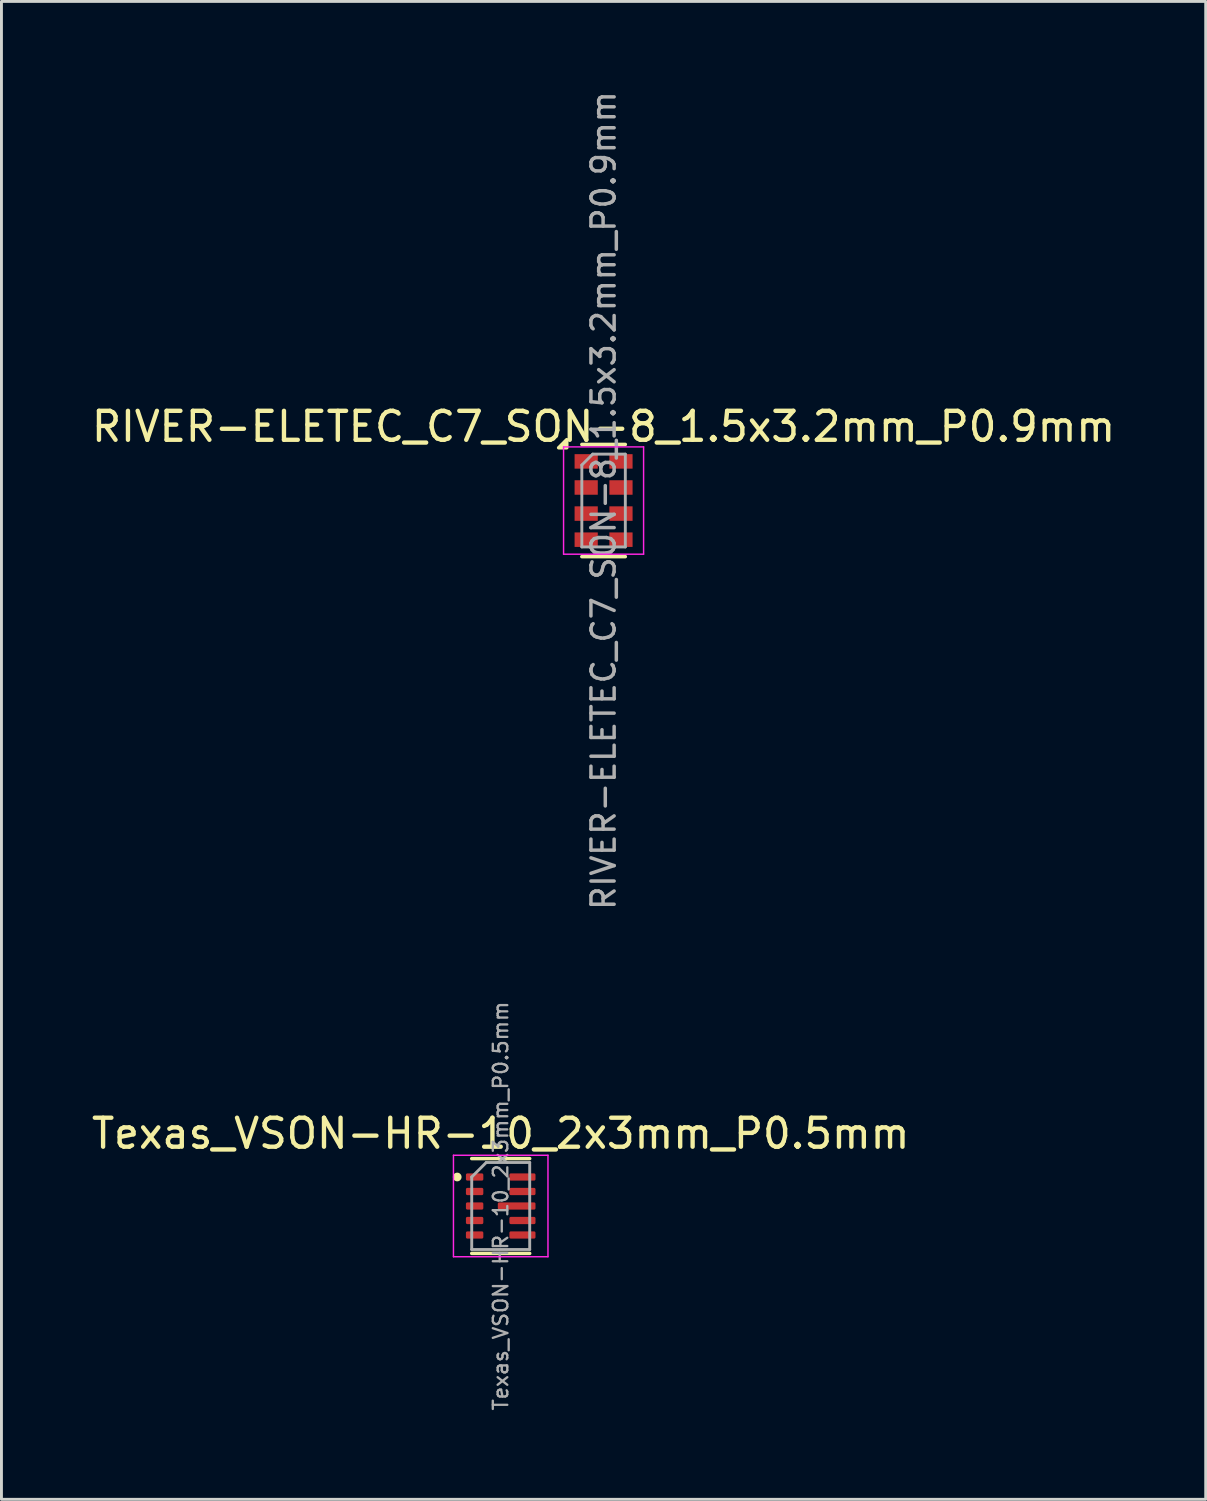
<source format=kicad_pcb>
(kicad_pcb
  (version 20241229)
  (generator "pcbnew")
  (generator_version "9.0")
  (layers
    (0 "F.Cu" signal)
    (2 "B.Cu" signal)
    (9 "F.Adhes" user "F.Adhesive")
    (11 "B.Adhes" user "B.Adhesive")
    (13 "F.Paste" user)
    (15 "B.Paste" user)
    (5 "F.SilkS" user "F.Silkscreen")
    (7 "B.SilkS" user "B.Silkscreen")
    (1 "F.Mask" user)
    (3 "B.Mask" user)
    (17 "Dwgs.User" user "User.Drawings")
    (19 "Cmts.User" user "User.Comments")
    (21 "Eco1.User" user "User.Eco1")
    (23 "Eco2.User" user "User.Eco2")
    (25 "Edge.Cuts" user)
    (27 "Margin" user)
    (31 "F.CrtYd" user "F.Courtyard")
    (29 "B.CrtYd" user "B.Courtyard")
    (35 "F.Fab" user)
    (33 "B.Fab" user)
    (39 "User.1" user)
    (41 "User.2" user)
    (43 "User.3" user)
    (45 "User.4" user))
  (footprint "Texas_VSON-HR-10_2x3mm_P0.5mm"
    (layer "F.Cu")
    (at 14.22 38.546)
    (property "Reference" "Texas_VSON-HR-10_2x3mm_P0.5mm" (at 0 -2.5 0) (layer "F.SilkS") (effects (font (size 1 1) (thickness 0.15))))
    (attr smd)
    (fp_line (start -1 -1.635) (end 1 -1.635) (stroke (width 0.12) (type solid)) (layer "F.SilkS"))
    (fp_line (start -1 1.635) (end 1 1.635) (stroke (width 0.12) (type solid)) (layer "F.SilkS"))
    (fp_circle (center -1.5 -1) (end -1.35 -1) (stroke (width 0) (type solid)) (fill yes) (layer "F.SilkS"))
    (fp_line (start -1.63 -1.75) (end -1.63 1.75) (stroke (width 0.05) (type solid)) (layer "F.CrtYd"))
    (fp_line (start -1.63 1.75) (end 1.63 1.75) (stroke (width 0.05) (type solid)) (layer "F.CrtYd"))
    (fp_line (start 1.63 -1.75) (end -1.63 -1.75) (stroke (width 0.05) (type solid)) (layer "F.CrtYd"))
    (fp_line (start 1.63 1.75) (end 1.63 -1.75) (stroke (width 0.05) (type solid)) (layer "F.CrtYd"))
    (fp_line (start -1 -1) (end -0.5 -1.5) (stroke (width 0.1) (type solid)) (layer "F.Fab"))
    (fp_line (start -1 1.5) (end -1 -1) (stroke (width 0.1) (type solid)) (layer "F.Fab"))
    (fp_line (start -0.5 -1.5) (end 1 -1.5) (stroke (width 0.1) (type solid)) (layer "F.Fab"))
    (fp_line (start 1 -1.5) (end 1 1.5) (stroke (width 0.1) (type solid)) (layer "F.Fab"))
    (fp_line (start 1 1.5) (end -1 1.5) (stroke (width 0.1) (type solid)) (layer "F.Fab"))
    (fp_text user "${REFERENCE}" (at 0 0 90) (layer "F.Fab") (effects (font (size 0.5 0.5) (thickness 0.08))))
    (pad "1" smd roundrect (at -0.9 -1) (size 0.6 0.25) (layers "F.Cu" "F.Mask" "F.Paste") (roundrect_rratio 0.2))
    (pad "2" smd roundrect (at -0.9 -0.5) (size 0.6 0.25) (layers "F.Cu" "F.Mask" "F.Paste") (roundrect_rratio 0.2))
    (pad "3" smd roundrect (at -0.9 0) (size 0.6 0.25) (layers "F.Cu" "F.Mask" "F.Paste") (roundrect_rratio 0.2))
    (pad "4" smd roundrect (at -0.9 0.5) (size 0.6 0.25) (layers "F.Cu" "F.Mask" "F.Paste") (roundrect_rratio 0.2))
    (pad "5" smd roundrect (at -0.9 1) (size 0.6 0.25) (layers "F.Cu" "F.Mask" "F.Paste") (roundrect_rratio 0.2))
    (pad "6" smd roundrect (at 0.75 1) (size 0.9 0.25) (layers "F.Cu" "F.Mask" "F.Paste") (roundrect_rratio 0.2))
    (pad "7" smd roundrect (at 0.75 0.5) (size 0.9 0.25) (layers "F.Cu" "F.Mask" "F.Paste") (roundrect_rratio 0.2))
    (pad "8" smd roundrect (at 0.55 0) (size 1.3 0.25) (layers "F.Cu" "F.Mask" "F.Paste") (roundrect_rratio 0.2))
    (pad "9" smd roundrect (at 0.75 -0.5) (size 0.9 0.25) (layers "F.Cu" "F.Mask" "F.Paste") (roundrect_rratio 0.2))
    (pad "10" smd roundrect (at 0.75 -1) (size 0.9 0.25) (layers "F.Cu" "F.Mask" "F.Paste") (roundrect_rratio 0.2)))
  (footprint "RIVER-ELETEC_C7_SON-8_1.5x3.2mm_P0.9mm"
    (layer "F.Cu")
    (at 17.768 14.214)
    (property "Reference" "RIVER-ELETEC_C7_SON-8_1.5x3.2mm_P0.9mm" (at 0 -2.55 0) (layer "F.SilkS") (effects (font (size 1 1) (thickness 0.15))))
    (attr smd)
    (fp_line (start -0.75 -1.935) (end 0.75 -1.935) (stroke (width 0.12) (type solid)) (layer "F.SilkS"))
    (fp_line (start -0.75 1.935) (end 0.75 1.935) (stroke (width 0.12) (type solid)) (layer "F.SilkS"))
    (fp_poly (pts (xy -1.27 -1.82) (xy -1.55 -1.82) (xy -1.27 -2.1) (xy -1.27 -1.82)) (stroke (width 0.12) (type solid)) (fill yes) (layer "F.SilkS"))
    (fp_line (start -1.38 -1.85) (end -1.38 1.85) (stroke (width 0.05) (type solid)) (layer "F.CrtYd"))
    (fp_line (start -1.38 1.85) (end 1.38 1.85) (stroke (width 0.05) (type solid)) (layer "F.CrtYd"))
    (fp_line (start 1.38 -1.85) (end -1.38 -1.85) (stroke (width 0.05) (type solid)) (layer "F.CrtYd"))
    (fp_line (start 1.38 1.85) (end 1.38 -1.85) (stroke (width 0.05) (type solid)) (layer "F.CrtYd"))
    (fp_line (start -0.75 -1.225) (end -0.375 -1.6) (stroke (width 0.1) (type solid)) (layer "F.Fab"))
    (fp_line (start -0.75 1.6) (end -0.75 -1.225) (stroke (width 0.1) (type solid)) (layer "F.Fab"))
    (fp_line (start -0.375 -1.6) (end 0.75 -1.6) (stroke (width 0.1) (type solid)) (layer "F.Fab"))
    (fp_line (start 0.75 -1.6) (end 0.75 1.6) (stroke (width 0.1) (type solid)) (layer "F.Fab"))
    (fp_line (start 0.75 1.6) (end -0.75 1.6) (stroke (width 0.1) (type solid)) (layer "F.Fab"))
    (fp_text user "${REFERENCE}" (at 0 0 90) (layer "F.Fab") (effects (font (size 0.8 0.8) (thickness 0.12))))
    (pad "1" smd rect (at -0.6 -1.35) (size 0.8 0.5) (layers "F.Cu" "F.Mask" "F.Paste"))
    (pad "2" smd rect (at -0.6 -0.45) (size 0.8 0.5) (layers "F.Cu" "F.Mask" "F.Paste"))
    (pad "3" smd rect (at -0.6 0.45) (size 0.8 0.5) (layers "F.Cu" "F.Mask" "F.Paste"))
    (pad "4" smd rect (at -0.6 1.35) (size 0.8 0.5) (layers "F.Cu" "F.Mask" "F.Paste"))
    (pad "5" smd rect (at 0.6 1.35) (size 0.8 0.5) (layers "F.Cu" "F.Mask" "F.Paste"))
    (pad "6" smd rect (at 0.6 0.45) (size 0.8 0.5) (layers "F.Cu" "F.Mask" "F.Paste"))
    (pad "7" smd rect (at 0.6 -0.45) (size 0.8 0.5) (layers "F.Cu" "F.Mask" "F.Paste"))
    (pad "8" smd rect (at 0.6 -1.35) (size 0.8 0.5) (layers "F.Cu" "F.Mask" "F.Paste")))
  (gr_rect
    (start -3 -3)
    (end 38.536 48.664)
    (stroke (width 0.1) (type default))
    (fill no)
    (layer "Edge.Cuts")))
</source>
